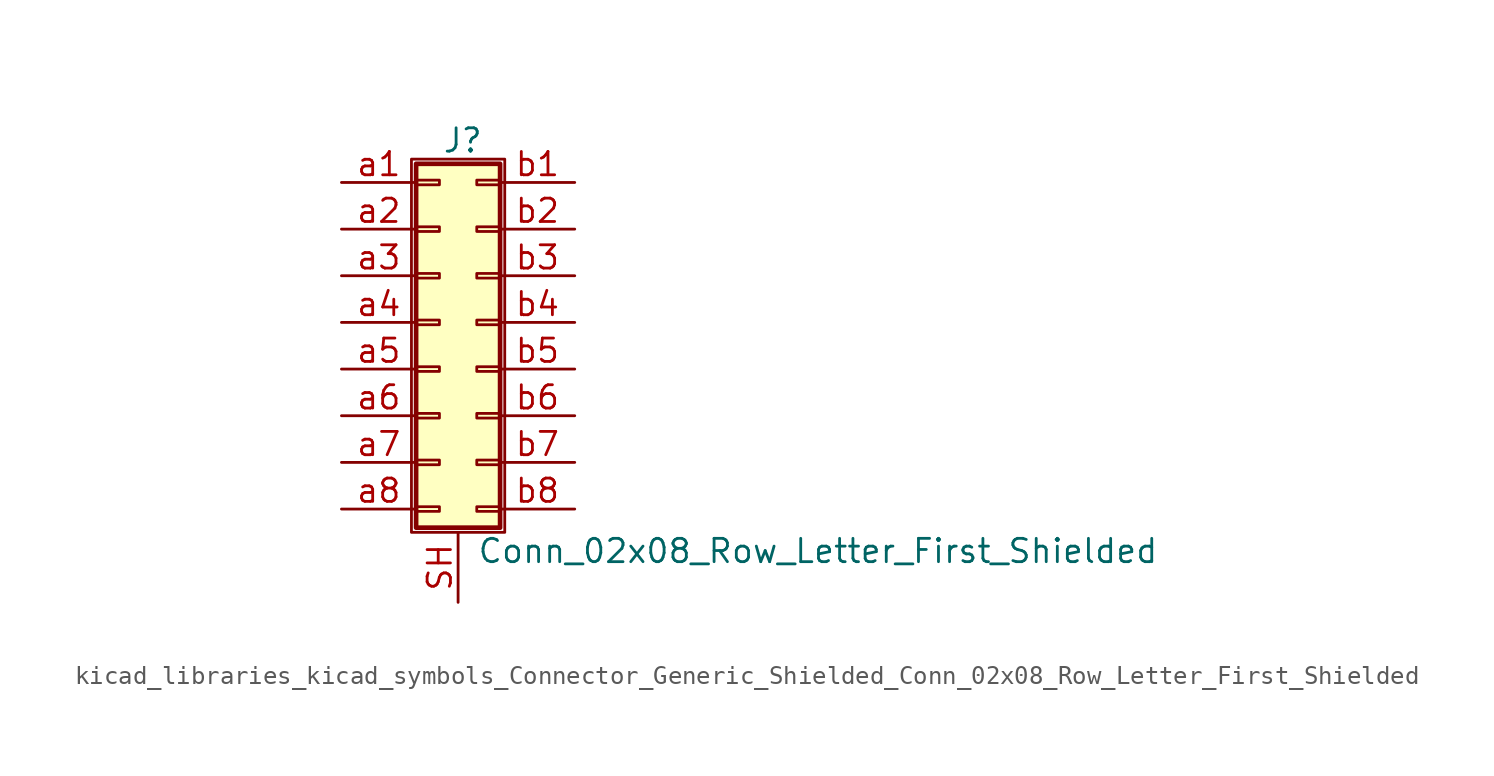
<source format=kicad_sym>
(kicad_symbol_lib
  (version 20220914)
  (generator kicad_symbol_editor)
  (symbol "kicad_libraries_kicad_symbols_Connector_Generic_Shielded_Conn_02x08_Row_Letter_First_Shielded"
    (pin_names
      (offset 1.016) hide)
    (property "Reference" "J"
      (at 1.524 9.906 0)
      (effects (font (size 1.27 1.27))))
    (property "Value" "Conn_02x08_Row_Letter_First_Shielded"
      (at 2.286 -12.446 0)
      (effects (font (size 1.27 1.27)) (justify left)))
    (symbol "kicad_libraries_kicad_symbols_Connector_Generic_Shielded_Conn_02x08_Row_Letter_First_Shielded_1_1"
      (rectangle (start -1.27 8.89) (end 3.81 -11.43) (stroke (width 0.152) (type default)) (fill (type none)))
      (rectangle (start -1.016 -10.033) (end 0.254 -10.287) (stroke (width 0.152) (type default)) (fill (type none)))
      (rectangle (start -1.016 -7.493) (end 0.254 -7.747) (stroke (width 0.152) (type default)) (fill (type none)))
      (rectangle (start -1.016 -4.953) (end 0.254 -5.207) (stroke (width 0.152) (type default)) (fill (type none)))
      (rectangle (start -1.016 -2.413) (end 0.254 -2.667) (stroke (width 0.152) (type default)) (fill (type none)))
      (rectangle (start -1.016 0.127) (end 0.254 -0.127) (stroke (width 0.152) (type default)) (fill (type none)))
      (rectangle (start -1.016 2.667) (end 0.254 2.413) (stroke (width 0.152) (type default)) (fill (type none)))
      (rectangle (start -1.016 5.207) (end 0.254 4.953) (stroke (width 0.152) (type default)) (fill (type none)))
      (rectangle (start -1.016 7.747) (end 0.254 7.493) (stroke (width 0.152) (type default)) (fill (type none)))
      (rectangle (start -1.016 8.636) (end 3.556 -11.176) (stroke (width 0.254) (type default)) (fill (type background)))
      (rectangle (start 3.556 -10.033) (end 2.286 -10.287) (stroke (width 0.152) (type default)) (fill (type none)))
      (rectangle (start 3.556 -7.493) (end 2.286 -7.747) (stroke (width 0.152) (type default)) (fill (type none)))
      (rectangle (start 3.556 -4.953) (end 2.286 -5.207) (stroke (width 0.152) (type default)) (fill (type none)))
      (rectangle (start 3.556 -2.413) (end 2.286 -2.667) (stroke (width 0.152) (type default)) (fill (type none)))
      (rectangle (start 3.556 0.127) (end 2.286 -0.127) (stroke (width 0.152) (type default)) (fill (type none)))
      (rectangle (start 3.556 2.667) (end 2.286 2.413) (stroke (width 0.152) (type default)) (fill (type none)))
      (rectangle (start 3.556 5.207) (end 2.286 4.953) (stroke (width 0.152) (type default)) (fill (type none)))
      (rectangle (start 3.556 7.747) (end 2.286 7.493) (stroke (width 0.152) (type default)) (fill (type none)))
      (pin passive line (at 1.27 -15.24 90) (length 3.81) (name "Shield" (effects (font (size 1.27 1.27)))) (number "SH" (effects (font (size 1.27 1.27)))))
      (pin passive line (at -5.08 7.62 0) (length 4.064) (name "Pin_a1" (effects (font (size 1.27 1.27)))) (number "a1" (effects (font (size 1.27 1.27)))))
      (pin passive line (at -5.08 5.08 0) (length 4.064) (name "Pin_a2" (effects (font (size 1.27 1.27)))) (number "a2" (effects (font (size 1.27 1.27)))))
      (pin passive line (at -5.08 2.54 0) (length 4.064) (name "Pin_a3" (effects (font (size 1.27 1.27)))) (number "a3" (effects (font (size 1.27 1.27)))))
      (pin passive line (at -5.08 0 0) (length 4.064) (name "Pin_a4" (effects (font (size 1.27 1.27)))) (number "a4" (effects (font (size 1.27 1.27)))))
      (pin passive line (at -5.08 -2.54 0) (length 4.064) (name "Pin_a5" (effects (font (size 1.27 1.27)))) (number "a5" (effects (font (size 1.27 1.27)))))
      (pin passive line (at -5.08 -5.08 0) (length 4.064) (name "Pin_a6" (effects (font (size 1.27 1.27)))) (number "a6" (effects (font (size 1.27 1.27)))))
      (pin passive line (at -5.08 -7.62 0) (length 4.064) (name "Pin_a7" (effects (font (size 1.27 1.27)))) (number "a7" (effects (font (size 1.27 1.27)))))
      (pin passive line (at -5.08 -10.16 0) (length 4.064) (name "Pin_a8" (effects (font (size 1.27 1.27)))) (number "a8" (effects (font (size 1.27 1.27)))))
      (pin passive line (at 7.62 7.62 180) (length 4.064) (name "Pin_b1" (effects (font (size 1.27 1.27)))) (number "b1" (effects (font (size 1.27 1.27)))))
      (pin passive line (at 7.62 5.08 180) (length 4.064) (name "Pin_b2" (effects (font (size 1.27 1.27)))) (number "b2" (effects (font (size 1.27 1.27)))))
      (pin passive line (at 7.62 2.54 180) (length 4.064) (name "Pin_b3" (effects (font (size 1.27 1.27)))) (number "b3" (effects (font (size 1.27 1.27)))))
      (pin passive line (at 7.62 0 180) (length 4.064) (name "Pin_b4" (effects (font (size 1.27 1.27)))) (number "b4" (effects (font (size 1.27 1.27)))))
      (pin passive line (at 7.62 -2.54 180) (length 4.064) (name "Pin_b5" (effects (font (size 1.27 1.27)))) (number "b5" (effects (font (size 1.27 1.27)))))
      (pin passive line (at 7.62 -5.08 180) (length 4.064) (name "Pin_b6" (effects (font (size 1.27 1.27)))) (number "b6" (effects (font (size 1.27 1.27)))))
      (pin passive line (at 7.62 -7.62 180) (length 4.064) (name "Pin_b7" (effects (font (size 1.27 1.27)))) (number "b7" (effects (font (size 1.27 1.27)))))
      (pin passive line (at 7.62 -10.16 180) (length 4.064) (name "Pin_b8" (effects (font (size 1.27 1.27)))) (number "b8" (effects (font (size 1.27 1.27))))))))
</source>
